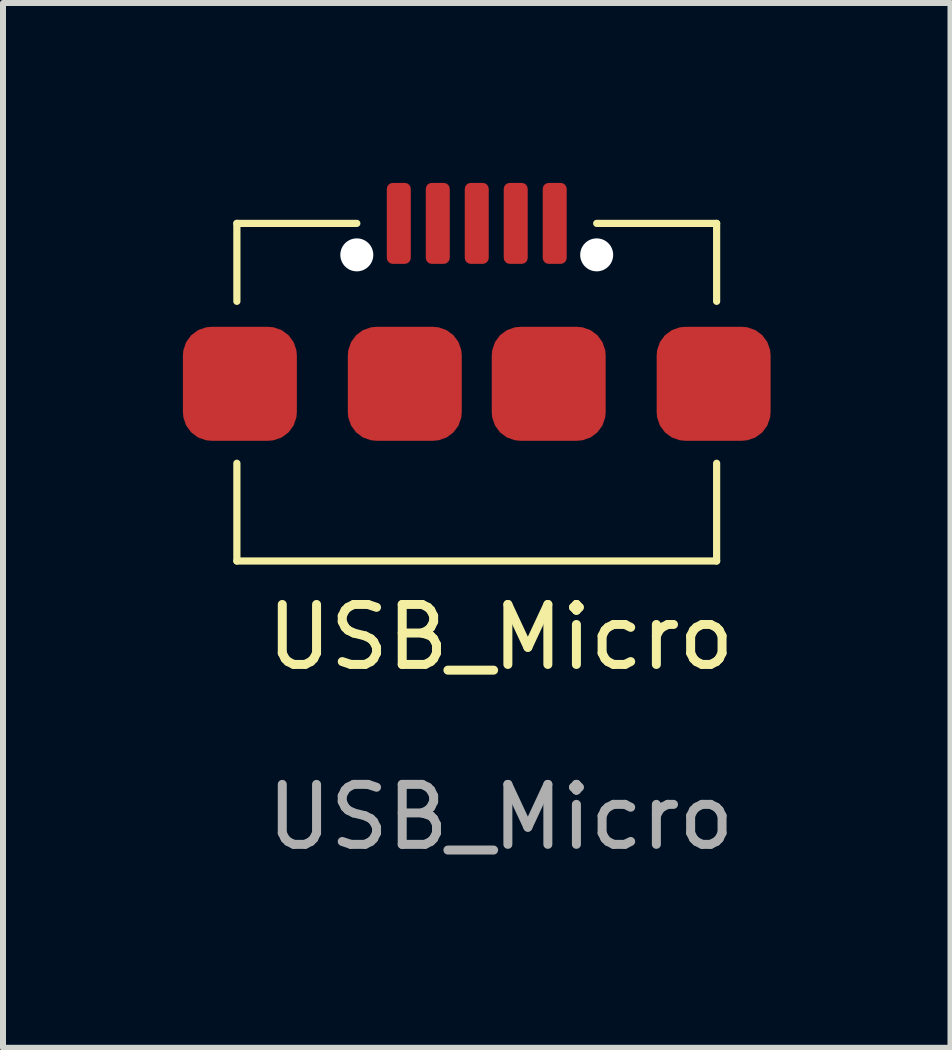
<source format=kicad_pcb>
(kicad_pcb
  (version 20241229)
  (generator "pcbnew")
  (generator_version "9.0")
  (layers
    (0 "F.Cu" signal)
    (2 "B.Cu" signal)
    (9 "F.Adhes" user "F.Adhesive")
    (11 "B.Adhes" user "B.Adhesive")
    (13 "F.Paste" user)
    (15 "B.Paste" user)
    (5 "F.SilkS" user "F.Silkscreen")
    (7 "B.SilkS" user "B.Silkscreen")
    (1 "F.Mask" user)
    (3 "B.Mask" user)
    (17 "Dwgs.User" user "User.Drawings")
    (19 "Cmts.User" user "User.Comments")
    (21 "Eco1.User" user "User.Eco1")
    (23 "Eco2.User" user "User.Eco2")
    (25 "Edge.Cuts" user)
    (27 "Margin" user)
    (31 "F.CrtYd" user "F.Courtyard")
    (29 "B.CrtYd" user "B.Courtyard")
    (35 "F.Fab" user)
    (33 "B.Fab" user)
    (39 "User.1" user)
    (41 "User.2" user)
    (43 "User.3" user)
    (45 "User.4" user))
  (footprint "USB_Micro"
    (layer "F.Cu")
    (at 4.9 0.675)
    (property "Reference" "USB_Micro" (at 0.4 6.9 0) (unlocked yes) (layer "F.SilkS") (effects (font (size 1 1) (thickness 0.15))))
    (attr smd)
    (fp_line (start -4 0) (end -4 1.3) (stroke (width 0.12) (type solid)) (layer "F.SilkS"))
    (fp_line (start -4 0) (end -2 0) (stroke (width 0.12) (type solid)) (layer "F.SilkS"))
    (fp_line (start -4 5.63) (end -4 4) (stroke (width 0.12) (type solid)) (layer "F.SilkS"))
    (fp_line (start -4 5.63) (end 4 5.63) (stroke (width 0.12) (type solid)) (layer "F.SilkS"))
    (fp_line (start 4 0) (end 2 0) (stroke (width 0.12) (type solid)) (layer "F.SilkS"))
    (fp_line (start 4 0) (end 4 1.3) (stroke (width 0.12) (type solid)) (layer "F.SilkS"))
    (fp_line (start 4 5.63) (end 4 4) (stroke (width 0.12) (type solid)) (layer "F.SilkS"))
    (fp_text user "${REFERENCE}" (at 0.4 9.9 0) (unlocked yes) (layer "F.Fab") (effects (font (size 1 1) (thickness 0.15))))
    (pad "" np_thru_hole circle (at -2 0.525) (size 0.55 0.55) (drill 0.55) (layers "*.Cu" "*.Mask"))
    (pad "" np_thru_hole circle (at 2 0.525) (size 0.55 0.55) (drill 0.55) (layers "*.Cu" "*.Mask"))
    (pad "1" smd roundrect (at -1.3 0) (size 0.4 1.35) (layers "F.Cu" "F.Mask" "F.Paste") (roundrect_rratio 0.25))
    (pad "2" smd roundrect (at -0.65 0) (size 0.4 1.35) (layers "F.Cu" "F.Mask" "F.Paste") (roundrect_rratio 0.25))
    (pad "3" smd roundrect (at 0 0) (size 0.4 1.35) (layers "F.Cu" "F.Mask" "F.Paste") (roundrect_rratio 0.25))
    (pad "4" smd roundrect (at 0.65 0) (size 0.4 1.35) (layers "F.Cu" "F.Mask" "F.Paste") (roundrect_rratio 0.25))
    (pad "5" smd roundrect (at 1.3 0) (size 0.4 1.35) (layers "F.Cu" "F.Mask" "F.Paste") (roundrect_rratio 0.25))
    (pad "6" smd roundrect (at -3.95 2.675) (size 1.9 1.9) (layers "F.Cu" "F.Mask" "F.Paste") (roundrect_rratio 0.25))
    (pad "6" smd roundrect (at -1.2 2.675) (size 1.9 1.9) (layers "F.Cu" "F.Mask" "F.Paste") (roundrect_rratio 0.25))
    (pad "6" smd roundrect (at 1.2 2.675) (size 1.9 1.9) (layers "F.Cu" "F.Mask" "F.Paste") (roundrect_rratio 0.25))
    (pad "6" smd roundrect (at 3.95 2.675) (size 1.9 1.9) (layers "F.Cu" "F.Mask" "F.Paste") (roundrect_rratio 0.25)))
  (gr_rect
    (start -3 -3)
    (end 12.8 14.423)
    (stroke (width 0.1) (type default))
    (fill no)
    (layer "Edge.Cuts")))
</source>
